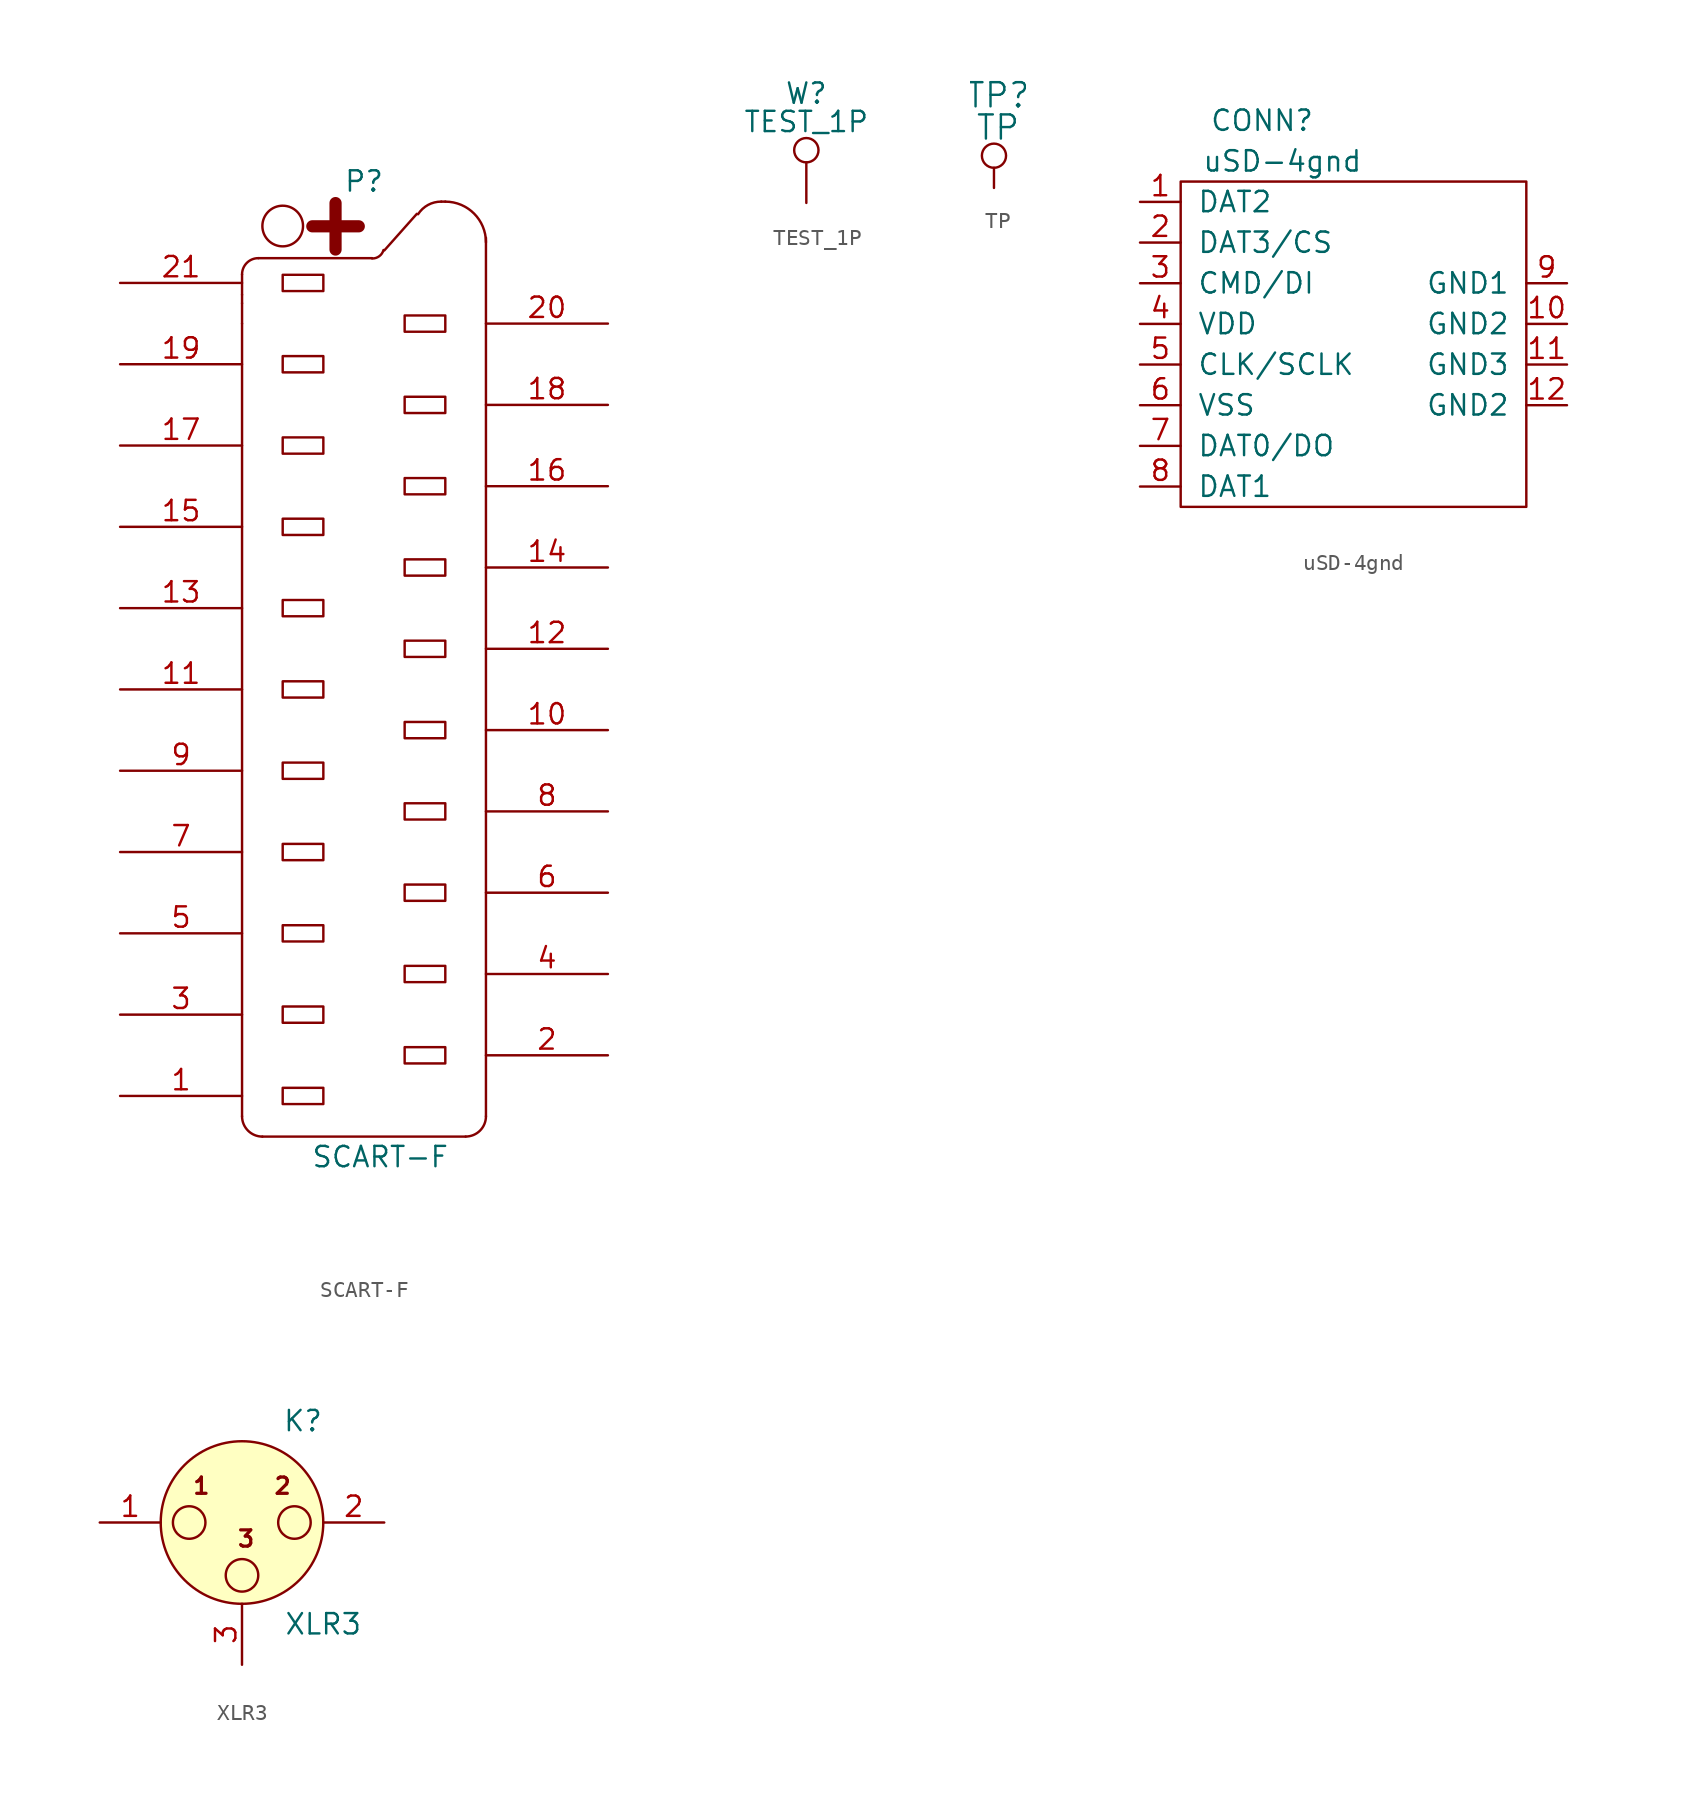
<source format=kicad_sym>
(kicad_symbol_lib
  (version 20211014)
  (generator kicad_symbol_editor)
  (symbol "SCART-F"
    (pin_names
      (offset 0.762) hide)
    (property "Reference" "P"
      (at 0 30.48 0)
      (effects (font (size 1.27 1.27))))
    (property "Value" "SCART-F"
      (at 1.016 -30.48 0)
      (effects (font (size 1.27 1.27))))
    (property "Footprint" ""
      (at 0 0 0)
      (effects (font (size 1.27 1.27))))
    (property "Datasheet" ""
      (at 0 0 0)
      (effects (font (size 1.27 1.27))))
    (symbol "SCART-F_0_1"
      (arc (start -7.62 -27.94) (mid -7.248 -28.838) (end -6.35 -29.21) (stroke (width 0) (type default) (color 0 0 0 0)) (fill (type none)))
      (arc (start -6.604 25.6794) (mid -7.3224 25.3818) (end -7.62 24.6634) (stroke (width 0) (type default) (color 0 0 0 0)) (fill (type none)))
      (rectangle (start -5.08 -26.162) (end -2.54 -27.178) (stroke (width 0) (type default) (color 0 0 0 0)) (fill (type none)))
      (rectangle (start -5.08 -21.082) (end -2.54 -22.098) (stroke (width 0) (type default) (color 0 0 0 0)) (fill (type none)))
      (rectangle (start -5.08 -16.002) (end -2.54 -17.018) (stroke (width 0) (type default) (color 0 0 0 0)) (fill (type none)))
      (rectangle (start -5.08 -10.922) (end -2.54 -11.938) (stroke (width 0) (type default) (color 0 0 0 0)) (fill (type none)))
      (rectangle (start -5.08 -5.842) (end -2.54 -6.858) (stroke (width 0) (type default) (color 0 0 0 0)) (fill (type none)))
      (rectangle (start -5.08 -0.762) (end -2.54 -1.778) (stroke (width 0) (type default) (color 0 0 0 0)) (fill (type none)))
      (rectangle (start -5.08 4.318) (end -2.54 3.302) (stroke (width 0) (type default) (color 0 0 0 0)) (fill (type none)))
      (rectangle (start -5.08 9.398) (end -2.54 8.382) (stroke (width 0) (type default) (color 0 0 0 0)) (fill (type none)))
      (rectangle (start -5.08 14.478) (end -2.54 13.462) (stroke (width 0) (type default) (color 0 0 0 0)) (fill (type none)))
      (rectangle (start -5.08 19.558) (end -2.54 18.542) (stroke (width 0) (type default) (color 0 0 0 0)) (fill (type none)))
      (rectangle (start -5.08 24.638) (end -2.54 23.622) (stroke (width 0) (type default) (color 0 0 0 0)) (fill (type none)))
      (circle (center -5.08 27.686) (radius 1.27) (stroke (width 0) (type default) (color 0 0 0 0)) (fill (type none)))
      (polyline (pts (xy -7.62 21.59) (xy -7.62 -27.94)) (stroke (width 0) (type default) (color 0 0 0 0)) (fill (type none)))
      (polyline (pts (xy -7.62 21.59) (xy -7.62 22.86)) (stroke (width 0) (type default) (color 0 0 0 0)) (fill (type none)))
      (polyline (pts (xy -7.62 23.393) (xy -7.62 22.86)) (stroke (width 0) (type default) (color 0 0 0 0)) (fill (type none)))
      (polyline (pts (xy -7.62 23.393) (xy -7.62 24.663)) (stroke (width 0) (type default) (color 0 0 0 0)) (fill (type none)))
      (polyline (pts (xy -6.604 25.679) (xy 0.508 25.679)) (stroke (width 0) (type default) (color 0 0 0 0)) (fill (type none)))
      (polyline (pts (xy -6.35 -29.21) (xy 6.35 -29.21)) (stroke (width 0) (type default) (color 0 0 0 0)) (fill (type none)))
      (polyline (pts (xy 3.302 28.448) (xy 1.27 26.162)) (stroke (width 0) (type default) (color 0 0 0 0)) (fill (type none)))
      (polyline (pts (xy 4.826 29.21) (xy 5.08 29.21)) (stroke (width 0) (type default) (color 0 0 0 0)) (fill (type none)))
      (polyline (pts (xy 7.62 -27.94) (xy 7.62 26.949)) (stroke (width 0) (type default) (color 0 0 0 0)) (fill (type none)))
      (arc (start 0.508 25.654) (mid 0.9569 25.8002) (end 1.2192 26.1874) (stroke (width 0) (type default) (color 0 0 0 0)) (fill (type none)))
      (rectangle (start 2.54 -23.622) (end 5.08 -24.638) (stroke (width 0) (type default) (color 0 0 0 0)) (fill (type none)))
      (rectangle (start 2.54 -18.542) (end 5.08 -19.558) (stroke (width 0) (type default) (color 0 0 0 0)) (fill (type none)))
      (rectangle (start 2.54 -13.462) (end 5.08 -14.478) (stroke (width 0) (type default) (color 0 0 0 0)) (fill (type none)))
      (rectangle (start 2.54 -8.382) (end 5.08 -9.398) (stroke (width 0) (type default) (color 0 0 0 0)) (fill (type none)))
      (rectangle (start 2.54 -3.302) (end 5.08 -4.318) (stroke (width 0) (type default) (color 0 0 0 0)) (fill (type none)))
      (rectangle (start 2.54 1.778) (end 5.08 0.762) (stroke (width 0) (type default) (color 0 0 0 0)) (fill (type none)))
      (rectangle (start 2.54 6.858) (end 5.08 5.842) (stroke (width 0) (type default) (color 0 0 0 0)) (fill (type none)))
      (rectangle (start 2.54 11.938) (end 5.08 10.922) (stroke (width 0) (type default) (color 0 0 0 0)) (fill (type none)))
      (rectangle (start 2.54 17.018) (end 5.08 16.002) (stroke (width 0) (type default) (color 0 0 0 0)) (fill (type none)))
      (rectangle (start 2.54 22.098) (end 5.08 21.082) (stroke (width 0) (type default) (color 0 0 0 0)) (fill (type none)))
      (arc (start 4.826 29.21) (mid 3.999 29.0026) (end 3.3782 28.4226) (stroke (width 0) (type default) (color 0 0 0 0)) (fill (type none)))
      (arc (start 6.35 -29.21) (mid 7.248 -28.838) (end 7.62 -27.94) (stroke (width 0) (type default) (color 0 0 0 0)) (fill (type none)))
      (arc (start 7.62 26.67) (mid 6.8761 28.4661) (end 5.08 29.21) (stroke (width 0) (type default) (color 0 0 0 0)) (fill (type none)))
      (text "+" (at -1.778 27.94 0) (effects (font (size 3.81 3.81) bold))))
    (symbol "SCART-F_1_1"
      (pin passive line (at -15.24 -26.67 0) (length 7.62) (name "P1" (effects (font (size 1.27 1.27)))) (number "1" (effects (font (size 1.27 1.27)))))
      (pin passive line (at 15.24 -3.81 180) (length 7.62) (name "P10" (effects (font (size 1.27 1.27)))) (number "10" (effects (font (size 1.27 1.27)))))
      (pin passive line (at -15.24 -1.27 0) (length 7.62) (name "P11" (effects (font (size 1.27 1.27)))) (number "11" (effects (font (size 1.27 1.27)))))
      (pin passive line (at 15.24 1.27 180) (length 7.62) (name "P12" (effects (font (size 1.27 1.27)))) (number "12" (effects (font (size 1.27 1.27)))))
      (pin passive line (at -15.24 3.81 0) (length 7.62) (name "P13" (effects (font (size 1.27 1.27)))) (number "13" (effects (font (size 1.27 1.27)))))
      (pin passive line (at 15.24 6.35 180) (length 7.62) (name "P14" (effects (font (size 1.27 1.27)))) (number "14" (effects (font (size 1.27 1.27)))))
      (pin passive line (at -15.24 8.89 0) (length 7.62) (name "P15" (effects (font (size 1.27 1.27)))) (number "15" (effects (font (size 1.27 1.27)))))
      (pin passive line (at 15.24 11.43 180) (length 7.62) (name "P16" (effects (font (size 1.27 1.27)))) (number "16" (effects (font (size 1.27 1.27)))))
      (pin passive line (at -15.24 13.97 0) (length 7.62) (name "P17" (effects (font (size 1.27 1.27)))) (number "17" (effects (font (size 1.27 1.27)))))
      (pin passive line (at 15.24 16.51 180) (length 7.62) (name "P18" (effects (font (size 1.27 1.27)))) (number "18" (effects (font (size 1.27 1.27)))))
      (pin passive line (at -15.24 19.05 0) (length 7.62) (name "P19" (effects (font (size 1.27 1.27)))) (number "19" (effects (font (size 1.27 1.27)))))
      (pin passive line (at 15.24 -24.13 180) (length 7.62) (name "P2" (effects (font (size 1.27 1.27)))) (number "2" (effects (font (size 1.27 1.27)))))
      (pin passive line (at 15.24 21.59 180) (length 7.62) (name "P20" (effects (font (size 1.27 1.27)))) (number "20" (effects (font (size 1.27 1.27)))))
      (pin passive line (at -15.24 24.13 0) (length 7.62) (name "P21" (effects (font (size 1.27 1.27)))) (number "21" (effects (font (size 1.27 1.27)))))
      (pin passive line (at -15.24 -21.59 0) (length 7.62) (name "P3" (effects (font (size 1.27 1.27)))) (number "3" (effects (font (size 1.27 1.27)))))
      (pin passive line (at 15.24 -19.05 180) (length 7.62) (name "P4" (effects (font (size 1.27 1.27)))) (number "4" (effects (font (size 1.27 1.27)))))
      (pin passive line (at -15.24 -16.51 0) (length 7.62) (name "P5" (effects (font (size 1.27 1.27)))) (number "5" (effects (font (size 1.27 1.27)))))
      (pin passive line (at 15.24 -13.97 180) (length 7.62) (name "P6" (effects (font (size 1.27 1.27)))) (number "6" (effects (font (size 1.27 1.27)))))
      (pin passive line (at -15.24 -11.43 0) (length 7.62) (name "P7" (effects (font (size 1.27 1.27)))) (number "7" (effects (font (size 1.27 1.27)))))
      (pin passive line (at 15.24 -8.89 180) (length 7.62) (name "P8" (effects (font (size 1.27 1.27)))) (number "8" (effects (font (size 1.27 1.27)))))
      (pin passive line (at -15.24 -6.35 0) (length 7.62) (name "P9" (effects (font (size 1.27 1.27)))) (number "9" (effects (font (size 1.27 1.27)))))))
  (symbol "TEST_1P"
    (pin_numbers hide)
    (pin_names
      (offset 0.762) hide)
    (property "Reference" "W"
      (at 0 6.858 0)
      (effects (font (size 1.27 1.27))))
    (property "Value" "TEST_1P"
      (at 0 5.08 0)
      (effects (font (size 1.27 1.27))))
    (property "Footprint" ""
      (at 5.08 0 0)
      (effects (font (size 1.27 1.27))))
    (property "Datasheet" ""
      (at 5.08 0 0)
      (effects (font (size 1.27 1.27))))
    (symbol "TEST_1P_0_1"
      (circle (center 0 3.302) (radius 0.762) (stroke (width 0) (type default) (color 0 0 0 0)) (fill (type none))))
    (symbol "TEST_1P_1_1"
      (pin passive line (at 0 0 90) (length 2.54) (name "1" (effects (font (size 1.27 1.27)))) (number "1" (effects (font (size 1.27 1.27)))))))
  (symbol "TP"
    (pin_names
      (offset 1.016))
    (property "Reference" "TP"
      (at 0.254 5.842 0)
      (effects (font (size 1.524 1.524))))
    (property "Value" "TP"
      (at 0.254 3.81 0)
      (effects (font (size 1.524 1.524))))
    (symbol "TP_0_1"
      (polyline (pts (xy 0 1.27) (xy 0 0)) (stroke (width 0) (type default) (color 0 0 0 0)) (fill (type none)))
      (circle (center 0 2.032) (radius 0.762) (stroke (width 0) (type default) (color 0 0 0 0)) (fill (type none))))
    (symbol "TP_1_1"
      (pin input line (at 0 0 90) (length 0) hide (name "~" (effects (font (size 1.27 1.27)))) (number "1" (effects (font (size 1.27 1.27)))))))
  (symbol "uSD-4gnd"
    (pin_names
      (offset 1.016))
    (property "Reference" "CONN"
      (at -6.35 13.97 0)
      (effects (font (size 1.27 1.27))))
    (property "Value" "uSD-4gnd"
      (at -5.08 11.43 0)
      (effects (font (size 1.27 1.27))))
    (symbol "uSD-4gnd_0_1"
      (rectangle (start -11.43 10.16) (end 10.16 -10.16) (stroke (width 0) (type default) (color 0 0 0 0)) (fill (type none))))
    (symbol "uSD-4gnd_1_1"
      (pin input line (at -13.97 8.89 0) (length 2.54) (name "DAT2" (effects (font (size 1.27 1.27)))) (number "1" (effects (font (size 1.27 1.27)))))
      (pin passive line (at 12.7 1.27 180) (length 2.54) (name "GND2" (effects (font (size 1.27 1.27)))) (number "10" (effects (font (size 1.27 1.27)))))
      (pin passive line (at 12.7 -1.27 180) (length 2.54) (name "GND3" (effects (font (size 1.27 1.27)))) (number "11" (effects (font (size 1.27 1.27)))))
      (pin passive line (at 12.7 -3.81 180) (length 2.54) (name "GND2" (effects (font (size 1.27 1.27)))) (number "12" (effects (font (size 1.27 1.27)))))
      (pin input line (at -13.97 6.35 0) (length 2.54) (name "DAT3/CS" (effects (font (size 1.27 1.27)))) (number "2" (effects (font (size 1.27 1.27)))))
      (pin input line (at -13.97 3.81 0) (length 2.54) (name "CMD/DI" (effects (font (size 1.27 1.27)))) (number "3" (effects (font (size 1.27 1.27)))))
      (pin input line (at -13.97 1.27 0) (length 2.54) (name "VDD" (effects (font (size 1.27 1.27)))) (number "4" (effects (font (size 1.27 1.27)))))
      (pin input line (at -13.97 -1.27 0) (length 2.54) (name "CLK/SCLK" (effects (font (size 1.27 1.27)))) (number "5" (effects (font (size 1.27 1.27)))))
      (pin input line (at -13.97 -3.81 0) (length 2.54) (name "VSS" (effects (font (size 1.27 1.27)))) (number "6" (effects (font (size 1.27 1.27)))))
      (pin input line (at -13.97 -6.35 0) (length 2.54) (name "DAT0/DO" (effects (font (size 1.27 1.27)))) (number "7" (effects (font (size 1.27 1.27)))))
      (pin input line (at -13.97 -8.89 0) (length 2.54) (name "DAT1" (effects (font (size 1.27 1.27)))) (number "8" (effects (font (size 1.27 1.27)))))
      (pin passive line (at 12.7 3.81 180) (length 2.54) (name "GND1" (effects (font (size 1.27 1.27)))) (number "9" (effects (font (size 1.27 1.27)))))))
  (symbol "XLR3"
    (pin_names
      (offset 0.762) hide)
    (property "Reference" "K"
      (at 3.81 6.35 0)
      (effects (font (size 1.27 1.27))))
    (property "Value" "XLR3"
      (at 5.08 -6.35 0)
      (effects (font (size 1.27 1.27))))
    (property "Footprint" ""
      (at 0 0 0)
      (effects (font (size 1.27 1.27))))
    (property "Datasheet" ""
      (at 0 0 0)
      (effects (font (size 1.27 1.27))))
    (symbol "XLR3_0_1"
      (circle (center -3.302 0) (radius 1.016) (stroke (width 0) (type default) (color 0 0 0 0)) (fill (type none)))
      (circle (center 0 -3.302) (radius 1.016) (stroke (width 0) (type default) (color 0 0 0 0)) (fill (type none)))
      (circle (center 0 0) (radius 5.08) (stroke (width 0) (type default) (color 0 0 0 0)) (fill (type background)))
      (circle (center 3.277 0) (radius 1.016) (stroke (width 0) (type default) (color 0 0 0 0)) (fill (type none)))
      (text "1" (at -2.54 2.286 0) (effects (font (size 1.016 1.016) bold)))
      (text "2" (at 2.54 2.286 0) (effects (font (size 1.016 1.016) bold)))
      (text "3" (at 0.254 -1.016 0) (effects (font (size 1.016 1.016) bold)))
      (pin passive line (at -8.89 0 0) (length 3.81) (name "~" (effects (font (size 1.27 1.27)))) (number "1" (effects (font (size 1.27 1.27)))))
      (pin passive line (at 8.89 0 180) (length 3.81) (name "~" (effects (font (size 1.27 1.27)))) (number "2" (effects (font (size 1.27 1.27)))))
      (pin passive line (at 0 -8.89 90) (length 3.81) (name "~" (effects (font (size 1.27 1.27)))) (number "3" (effects (font (size 1.27 1.27))))))))
</source>
